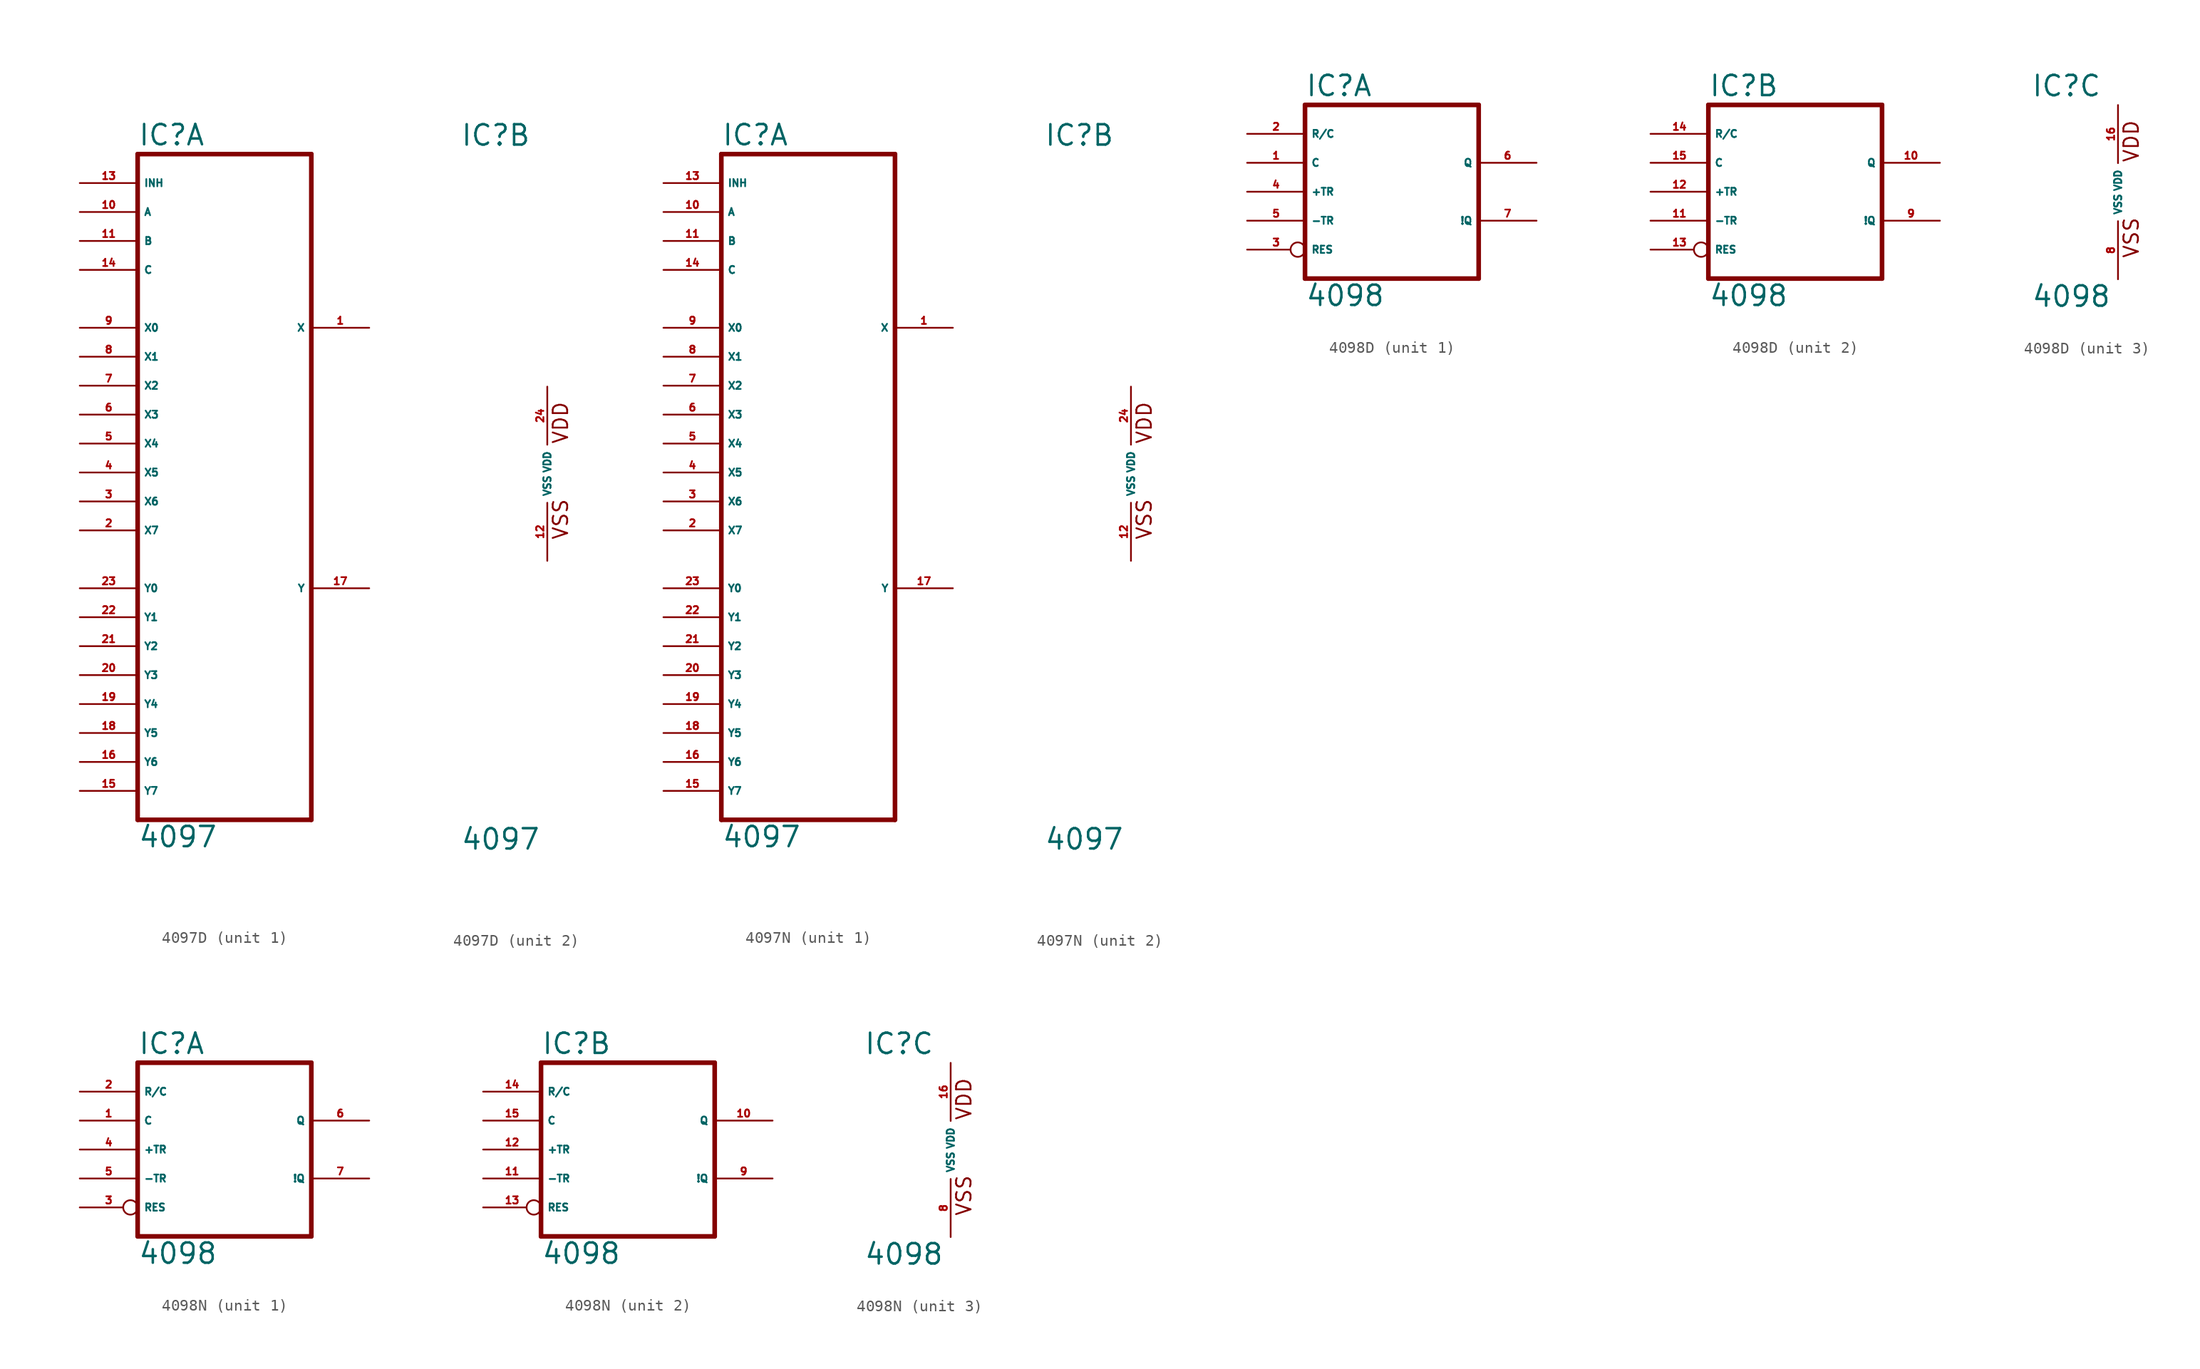
<source format=kicad_sym>
(kicad_symbol_lib
  (version 20220914)
  (generator Eagle2Kicad)
  (symbol "4097D"
    (property "Reference" "IC"
      (at -7.62 28.575 0)
      (effects (font (size 1.778 1.778) (thickness 0.22)) (justify left bottom)))
    (property "Value" "4097"
      (at -7.62 -33.02 0)
      (effects (font (size 1.778 1.778) (thickness 0.22)) (justify left bottom)))
    (symbol "4097D_1_0"
      (polyline (pts (xy -7.62 27.94) (xy -7.62 -30.48)) (stroke (width 0.406) (type default)) (fill (type none)))
      (polyline (pts (xy -7.62 -30.48) (xy 7.62 -30.48)) (stroke (width 0.406) (type default)) (fill (type none)))
      (polyline (pts (xy 7.62 -30.48) (xy 7.62 27.94)) (stroke (width 0.406) (type default)) (fill (type none)))
      (polyline (pts (xy 7.62 27.94) (xy -7.62 27.94)) (stroke (width 0.406) (type default)) (fill (type none)))
      (pin input line (at -12.7 22.86 0) (length 5.08) (name "A" (effects (font (size 0.635 0.635) (thickness 0.08)) (justify left bottom))) (number "10" (effects (font (size 0.635 0.635) (thickness 0.08)) (justify left bottom))))
      (pin input line (at -12.7 20.32 0) (length 5.08) (name "B" (effects (font (size 0.635 0.635) (thickness 0.08)) (justify left bottom))) (number "11" (effects (font (size 0.635 0.635) (thickness 0.08)) (justify left bottom))))
      (pin input line (at -12.7 17.78 0) (length 5.08) (name "C" (effects (font (size 0.635 0.635) (thickness 0.08)) (justify left bottom))) (number "14" (effects (font (size 0.635 0.635) (thickness 0.08)) (justify left bottom))))
      (pin input line (at -12.7 12.7 0) (length 5.08) (name "X0" (effects (font (size 0.635 0.635) (thickness 0.08)) (justify left bottom))) (number "9" (effects (font (size 0.635 0.635) (thickness 0.08)) (justify left bottom))))
      (pin input line (at -12.7 10.16 0) (length 5.08) (name "X1" (effects (font (size 0.635 0.635) (thickness 0.08)) (justify left bottom))) (number "8" (effects (font (size 0.635 0.635) (thickness 0.08)) (justify left bottom))))
      (pin input line (at -12.7 7.62 0) (length 5.08) (name "X2" (effects (font (size 0.635 0.635) (thickness 0.08)) (justify left bottom))) (number "7" (effects (font (size 0.635 0.635) (thickness 0.08)) (justify left bottom))))
      (pin input line (at -12.7 5.08 0) (length 5.08) (name "X3" (effects (font (size 0.635 0.635) (thickness 0.08)) (justify left bottom))) (number "6" (effects (font (size 0.635 0.635) (thickness 0.08)) (justify left bottom))))
      (pin input line (at -12.7 2.54 0) (length 5.08) (name "X4" (effects (font (size 0.635 0.635) (thickness 0.08)) (justify left bottom))) (number "5" (effects (font (size 0.635 0.635) (thickness 0.08)) (justify left bottom))))
      (pin input line (at -12.7 0 0) (length 5.08) (name "X5" (effects (font (size 0.635 0.635) (thickness 0.08)) (justify left bottom))) (number "4" (effects (font (size 0.635 0.635) (thickness 0.08)) (justify left bottom))))
      (pin input line (at -12.7 -2.54 0) (length 5.08) (name "X6" (effects (font (size 0.635 0.635) (thickness 0.08)) (justify left bottom))) (number "3" (effects (font (size 0.635 0.635) (thickness 0.08)) (justify left bottom))))
      (pin input line (at -12.7 -5.08 0) (length 5.08) (name "X7" (effects (font (size 0.635 0.635) (thickness 0.08)) (justify left bottom))) (number "2" (effects (font (size 0.635 0.635) (thickness 0.08)) (justify left bottom))))
      (pin output line (at 12.7 12.7 180) (length 5.08) (name "X" (effects (font (size 0.635 0.635) (thickness 0.08)) (justify left bottom))) (number "1" (effects (font (size 0.635 0.635) (thickness 0.08)) (justify left bottom))))
      (pin input line (at -12.7 25.4 0) (length 5.08) (name "INH" (effects (font (size 0.635 0.635) (thickness 0.08)) (justify left bottom))) (number "13" (effects (font (size 0.635 0.635) (thickness 0.08)) (justify left bottom))))
      (pin input line (at -12.7 -10.16 0) (length 5.08) (name "Y0" (effects (font (size 0.635 0.635) (thickness 0.08)) (justify left bottom))) (number "23" (effects (font (size 0.635 0.635) (thickness 0.08)) (justify left bottom))))
      (pin input line (at -12.7 -12.7 0) (length 5.08) (name "Y1" (effects (font (size 0.635 0.635) (thickness 0.08)) (justify left bottom))) (number "22" (effects (font (size 0.635 0.635) (thickness 0.08)) (justify left bottom))))
      (pin input line (at -12.7 -15.24 0) (length 5.08) (name "Y2" (effects (font (size 0.635 0.635) (thickness 0.08)) (justify left bottom))) (number "21" (effects (font (size 0.635 0.635) (thickness 0.08)) (justify left bottom))))
      (pin input line (at -12.7 -17.78 0) (length 5.08) (name "Y3" (effects (font (size 0.635 0.635) (thickness 0.08)) (justify left bottom))) (number "20" (effects (font (size 0.635 0.635) (thickness 0.08)) (justify left bottom))))
      (pin input line (at -12.7 -20.32 0) (length 5.08) (name "Y4" (effects (font (size 0.635 0.635) (thickness 0.08)) (justify left bottom))) (number "19" (effects (font (size 0.635 0.635) (thickness 0.08)) (justify left bottom))))
      (pin input line (at -12.7 -22.86 0) (length 5.08) (name "Y5" (effects (font (size 0.635 0.635) (thickness 0.08)) (justify left bottom))) (number "18" (effects (font (size 0.635 0.635) (thickness 0.08)) (justify left bottom))))
      (pin input line (at -12.7 -25.4 0) (length 5.08) (name "Y6" (effects (font (size 0.635 0.635) (thickness 0.08)) (justify left bottom))) (number "16" (effects (font (size 0.635 0.635) (thickness 0.08)) (justify left bottom))))
      (pin input line (at -12.7 -27.94 0) (length 5.08) (name "Y7" (effects (font (size 0.635 0.635) (thickness 0.08)) (justify left bottom))) (number "15" (effects (font (size 0.635 0.635) (thickness 0.08)) (justify left bottom))))
      (pin output line (at 12.7 -10.16 180) (length 5.08) (name "Y" (effects (font (size 0.635 0.635) (thickness 0.08)) (justify left bottom))) (number "17" (effects (font (size 0.635 0.635) (thickness 0.08)) (justify left bottom)))))
    (symbol "4097D_2_0"
      (text "VDD" (at 1.905 2.54 900) (effects (font (size 1.27 1.27) (thickness 0.16)) (justify left bottom)))
      (text "VSS" (at 1.905 -5.842 900) (effects (font (size 1.27 1.27) (thickness 0.16)) (justify left bottom)))
      (pin unspecified line (at 0 -7.62 90) (length 5.08) (name "VSS" (effects (font (size 0.635 0.635) (thickness 0.08)) (justify left bottom))) (number "12" (effects (font (size 0.635 0.635) (thickness 0.08)) (justify left bottom))))
      (pin unspecified line (at 0 7.62 270) (length 5.08) (name "VDD" (effects (font (size 0.635 0.635) (thickness 0.08)) (justify left bottom))) (number "24" (effects (font (size 0.635 0.635) (thickness 0.08)) (justify left bottom))))))
  (symbol "4097N"
    (property "Reference" "IC"
      (at -7.62 28.575 0)
      (effects (font (size 1.778 1.778) (thickness 0.22)) (justify left bottom)))
    (property "Value" "4097"
      (at -7.62 -33.02 0)
      (effects (font (size 1.778 1.778) (thickness 0.22)) (justify left bottom)))
    (symbol "4097N_1_0"
      (polyline (pts (xy -7.62 27.94) (xy -7.62 -30.48)) (stroke (width 0.406) (type default)) (fill (type none)))
      (polyline (pts (xy -7.62 -30.48) (xy 7.62 -30.48)) (stroke (width 0.406) (type default)) (fill (type none)))
      (polyline (pts (xy 7.62 -30.48) (xy 7.62 27.94)) (stroke (width 0.406) (type default)) (fill (type none)))
      (polyline (pts (xy 7.62 27.94) (xy -7.62 27.94)) (stroke (width 0.406) (type default)) (fill (type none)))
      (pin input line (at -12.7 22.86 0) (length 5.08) (name "A" (effects (font (size 0.635 0.635) (thickness 0.08)) (justify left bottom))) (number "10" (effects (font (size 0.635 0.635) (thickness 0.08)) (justify left bottom))))
      (pin input line (at -12.7 20.32 0) (length 5.08) (name "B" (effects (font (size 0.635 0.635) (thickness 0.08)) (justify left bottom))) (number "11" (effects (font (size 0.635 0.635) (thickness 0.08)) (justify left bottom))))
      (pin input line (at -12.7 17.78 0) (length 5.08) (name "C" (effects (font (size 0.635 0.635) (thickness 0.08)) (justify left bottom))) (number "14" (effects (font (size 0.635 0.635) (thickness 0.08)) (justify left bottom))))
      (pin input line (at -12.7 12.7 0) (length 5.08) (name "X0" (effects (font (size 0.635 0.635) (thickness 0.08)) (justify left bottom))) (number "9" (effects (font (size 0.635 0.635) (thickness 0.08)) (justify left bottom))))
      (pin input line (at -12.7 10.16 0) (length 5.08) (name "X1" (effects (font (size 0.635 0.635) (thickness 0.08)) (justify left bottom))) (number "8" (effects (font (size 0.635 0.635) (thickness 0.08)) (justify left bottom))))
      (pin input line (at -12.7 7.62 0) (length 5.08) (name "X2" (effects (font (size 0.635 0.635) (thickness 0.08)) (justify left bottom))) (number "7" (effects (font (size 0.635 0.635) (thickness 0.08)) (justify left bottom))))
      (pin input line (at -12.7 5.08 0) (length 5.08) (name "X3" (effects (font (size 0.635 0.635) (thickness 0.08)) (justify left bottom))) (number "6" (effects (font (size 0.635 0.635) (thickness 0.08)) (justify left bottom))))
      (pin input line (at -12.7 2.54 0) (length 5.08) (name "X4" (effects (font (size 0.635 0.635) (thickness 0.08)) (justify left bottom))) (number "5" (effects (font (size 0.635 0.635) (thickness 0.08)) (justify left bottom))))
      (pin input line (at -12.7 0 0) (length 5.08) (name "X5" (effects (font (size 0.635 0.635) (thickness 0.08)) (justify left bottom))) (number "4" (effects (font (size 0.635 0.635) (thickness 0.08)) (justify left bottom))))
      (pin input line (at -12.7 -2.54 0) (length 5.08) (name "X6" (effects (font (size 0.635 0.635) (thickness 0.08)) (justify left bottom))) (number "3" (effects (font (size 0.635 0.635) (thickness 0.08)) (justify left bottom))))
      (pin input line (at -12.7 -5.08 0) (length 5.08) (name "X7" (effects (font (size 0.635 0.635) (thickness 0.08)) (justify left bottom))) (number "2" (effects (font (size 0.635 0.635) (thickness 0.08)) (justify left bottom))))
      (pin output line (at 12.7 12.7 180) (length 5.08) (name "X" (effects (font (size 0.635 0.635) (thickness 0.08)) (justify left bottom))) (number "1" (effects (font (size 0.635 0.635) (thickness 0.08)) (justify left bottom))))
      (pin input line (at -12.7 25.4 0) (length 5.08) (name "INH" (effects (font (size 0.635 0.635) (thickness 0.08)) (justify left bottom))) (number "13" (effects (font (size 0.635 0.635) (thickness 0.08)) (justify left bottom))))
      (pin input line (at -12.7 -10.16 0) (length 5.08) (name "Y0" (effects (font (size 0.635 0.635) (thickness 0.08)) (justify left bottom))) (number "23" (effects (font (size 0.635 0.635) (thickness 0.08)) (justify left bottom))))
      (pin input line (at -12.7 -12.7 0) (length 5.08) (name "Y1" (effects (font (size 0.635 0.635) (thickness 0.08)) (justify left bottom))) (number "22" (effects (font (size 0.635 0.635) (thickness 0.08)) (justify left bottom))))
      (pin input line (at -12.7 -15.24 0) (length 5.08) (name "Y2" (effects (font (size 0.635 0.635) (thickness 0.08)) (justify left bottom))) (number "21" (effects (font (size 0.635 0.635) (thickness 0.08)) (justify left bottom))))
      (pin input line (at -12.7 -17.78 0) (length 5.08) (name "Y3" (effects (font (size 0.635 0.635) (thickness 0.08)) (justify left bottom))) (number "20" (effects (font (size 0.635 0.635) (thickness 0.08)) (justify left bottom))))
      (pin input line (at -12.7 -20.32 0) (length 5.08) (name "Y4" (effects (font (size 0.635 0.635) (thickness 0.08)) (justify left bottom))) (number "19" (effects (font (size 0.635 0.635) (thickness 0.08)) (justify left bottom))))
      (pin input line (at -12.7 -22.86 0) (length 5.08) (name "Y5" (effects (font (size 0.635 0.635) (thickness 0.08)) (justify left bottom))) (number "18" (effects (font (size 0.635 0.635) (thickness 0.08)) (justify left bottom))))
      (pin input line (at -12.7 -25.4 0) (length 5.08) (name "Y6" (effects (font (size 0.635 0.635) (thickness 0.08)) (justify left bottom))) (number "16" (effects (font (size 0.635 0.635) (thickness 0.08)) (justify left bottom))))
      (pin input line (at -12.7 -27.94 0) (length 5.08) (name "Y7" (effects (font (size 0.635 0.635) (thickness 0.08)) (justify left bottom))) (number "15" (effects (font (size 0.635 0.635) (thickness 0.08)) (justify left bottom))))
      (pin output line (at 12.7 -10.16 180) (length 5.08) (name "Y" (effects (font (size 0.635 0.635) (thickness 0.08)) (justify left bottom))) (number "17" (effects (font (size 0.635 0.635) (thickness 0.08)) (justify left bottom)))))
    (symbol "4097N_2_0"
      (text "VDD" (at 1.905 2.54 900) (effects (font (size 1.27 1.27) (thickness 0.16)) (justify left bottom)))
      (text "VSS" (at 1.905 -5.842 900) (effects (font (size 1.27 1.27) (thickness 0.16)) (justify left bottom)))
      (pin unspecified line (at 0 -7.62 90) (length 5.08) (name "VSS" (effects (font (size 0.635 0.635) (thickness 0.08)) (justify left bottom))) (number "12" (effects (font (size 0.635 0.635) (thickness 0.08)) (justify left bottom))))
      (pin unspecified line (at 0 7.62 270) (length 5.08) (name "VDD" (effects (font (size 0.635 0.635) (thickness 0.08)) (justify left bottom))) (number "24" (effects (font (size 0.635 0.635) (thickness 0.08)) (justify left bottom))))))
  (symbol "4098D"
    (property "Reference" "IC"
      (at -7.62 8.255 0)
      (effects (font (size 1.778 1.778) (thickness 0.22)) (justify left bottom)))
    (property "Value" "4098"
      (at -7.62 -10.16 0)
      (effects (font (size 1.778 1.778) (thickness 0.22)) (justify left bottom)))
    (symbol "4098D_1_0"
      (polyline (pts (xy -7.62 -7.62) (xy 7.62 -7.62)) (stroke (width 0.406) (type default)) (fill (type none)))
      (polyline (pts (xy 7.62 -7.62) (xy 7.62 7.62)) (stroke (width 0.406) (type default)) (fill (type none)))
      (polyline (pts (xy 7.62 7.62) (xy -7.62 7.62)) (stroke (width 0.406) (type default)) (fill (type none)))
      (polyline (pts (xy -7.62 7.62) (xy -7.62 -7.62)) (stroke (width 0.406) (type default)) (fill (type none)))
      (pin input line (at -12.7 2.54 0) (length 5.08) (name "C" (effects (font (size 0.635 0.635) (thickness 0.08)) (justify left bottom))) (number "1" (effects (font (size 0.635 0.635) (thickness 0.08)) (justify left bottom))))
      (pin input line (at -12.7 5.08 0) (length 5.08) (name "R/C" (effects (font (size 0.635 0.635) (thickness 0.08)) (justify left bottom))) (number "2" (effects (font (size 0.635 0.635) (thickness 0.08)) (justify left bottom))))
      (pin input line (at -12.7 -2.54 0) (length 5.08) (name "-TR" (effects (font (size 0.635 0.635) (thickness 0.08)) (justify left bottom))) (number "5" (effects (font (size 0.635 0.635) (thickness 0.08)) (justify left bottom))))
      (pin input line (at -12.7 0 0) (length 5.08) (name "+TR" (effects (font (size 0.635 0.635) (thickness 0.08)) (justify left bottom))) (number "4" (effects (font (size 0.635 0.635) (thickness 0.08)) (justify left bottom))))
      (pin input inverted (at -12.7 -5.08 0) (length 5.08) (name "RES" (effects (font (size 0.635 0.635) (thickness 0.08)) (justify left bottom))) (number "3" (effects (font (size 0.635 0.635) (thickness 0.08)) (justify left bottom))))
      (pin output line (at 12.7 2.54 180) (length 5.08) (name "Q" (effects (font (size 0.635 0.635) (thickness 0.08)) (justify left bottom))) (number "6" (effects (font (size 0.635 0.635) (thickness 0.08)) (justify left bottom))))
      (pin output line (at 12.7 -2.54 180) (length 5.08) (name "!Q" (effects (font (size 0.635 0.635) (thickness 0.08)) (justify left bottom))) (number "7" (effects (font (size 0.635 0.635) (thickness 0.08)) (justify left bottom)))))
    (symbol "4098D_2_0"
      (polyline (pts (xy -7.62 -7.62) (xy 7.62 -7.62)) (stroke (width 0.406) (type default)) (fill (type none)))
      (polyline (pts (xy 7.62 -7.62) (xy 7.62 7.62)) (stroke (width 0.406) (type default)) (fill (type none)))
      (polyline (pts (xy 7.62 7.62) (xy -7.62 7.62)) (stroke (width 0.406) (type default)) (fill (type none)))
      (polyline (pts (xy -7.62 7.62) (xy -7.62 -7.62)) (stroke (width 0.406) (type default)) (fill (type none)))
      (pin input line (at -12.7 2.54 0) (length 5.08) (name "C" (effects (font (size 0.635 0.635) (thickness 0.08)) (justify left bottom))) (number "15" (effects (font (size 0.635 0.635) (thickness 0.08)) (justify left bottom))))
      (pin input line (at -12.7 5.08 0) (length 5.08) (name "R/C" (effects (font (size 0.635 0.635) (thickness 0.08)) (justify left bottom))) (number "14" (effects (font (size 0.635 0.635) (thickness 0.08)) (justify left bottom))))
      (pin input line (at -12.7 -2.54 0) (length 5.08) (name "-TR" (effects (font (size 0.635 0.635) (thickness 0.08)) (justify left bottom))) (number "11" (effects (font (size 0.635 0.635) (thickness 0.08)) (justify left bottom))))
      (pin input line (at -12.7 0 0) (length 5.08) (name "+TR" (effects (font (size 0.635 0.635) (thickness 0.08)) (justify left bottom))) (number "12" (effects (font (size 0.635 0.635) (thickness 0.08)) (justify left bottom))))
      (pin input inverted (at -12.7 -5.08 0) (length 5.08) (name "RES" (effects (font (size 0.635 0.635) (thickness 0.08)) (justify left bottom))) (number "13" (effects (font (size 0.635 0.635) (thickness 0.08)) (justify left bottom))))
      (pin output line (at 12.7 2.54 180) (length 5.08) (name "Q" (effects (font (size 0.635 0.635) (thickness 0.08)) (justify left bottom))) (number "10" (effects (font (size 0.635 0.635) (thickness 0.08)) (justify left bottom))))
      (pin output line (at 12.7 -2.54 180) (length 5.08) (name "!Q" (effects (font (size 0.635 0.635) (thickness 0.08)) (justify left bottom))) (number "9" (effects (font (size 0.635 0.635) (thickness 0.08)) (justify left bottom)))))
    (symbol "4098D_3_0"
      (text "VDD" (at 1.905 2.54 900) (effects (font (size 1.27 1.27) (thickness 0.16)) (justify left bottom)))
      (text "VSS" (at 1.905 -5.842 900) (effects (font (size 1.27 1.27) (thickness 0.16)) (justify left bottom)))
      (pin unspecified line (at 0 -7.62 90) (length 5.08) (name "VSS" (effects (font (size 0.635 0.635) (thickness 0.08)) (justify left bottom))) (number "8" (effects (font (size 0.635 0.635) (thickness 0.08)) (justify left bottom))))
      (pin unspecified line (at 0 7.62 270) (length 5.08) (name "VDD" (effects (font (size 0.635 0.635) (thickness 0.08)) (justify left bottom))) (number "16" (effects (font (size 0.635 0.635) (thickness 0.08)) (justify left bottom))))))
  (symbol "4098N"
    (property "Reference" "IC"
      (at -7.62 8.255 0)
      (effects (font (size 1.778 1.778) (thickness 0.22)) (justify left bottom)))
    (property "Value" "4098"
      (at -7.62 -10.16 0)
      (effects (font (size 1.778 1.778) (thickness 0.22)) (justify left bottom)))
    (symbol "4098N_1_0"
      (polyline (pts (xy -7.62 -7.62) (xy 7.62 -7.62)) (stroke (width 0.406) (type default)) (fill (type none)))
      (polyline (pts (xy 7.62 -7.62) (xy 7.62 7.62)) (stroke (width 0.406) (type default)) (fill (type none)))
      (polyline (pts (xy 7.62 7.62) (xy -7.62 7.62)) (stroke (width 0.406) (type default)) (fill (type none)))
      (polyline (pts (xy -7.62 7.62) (xy -7.62 -7.62)) (stroke (width 0.406) (type default)) (fill (type none)))
      (pin input line (at -12.7 2.54 0) (length 5.08) (name "C" (effects (font (size 0.635 0.635) (thickness 0.08)) (justify left bottom))) (number "1" (effects (font (size 0.635 0.635) (thickness 0.08)) (justify left bottom))))
      (pin input line (at -12.7 5.08 0) (length 5.08) (name "R/C" (effects (font (size 0.635 0.635) (thickness 0.08)) (justify left bottom))) (number "2" (effects (font (size 0.635 0.635) (thickness 0.08)) (justify left bottom))))
      (pin input line (at -12.7 -2.54 0) (length 5.08) (name "-TR" (effects (font (size 0.635 0.635) (thickness 0.08)) (justify left bottom))) (number "5" (effects (font (size 0.635 0.635) (thickness 0.08)) (justify left bottom))))
      (pin input line (at -12.7 0 0) (length 5.08) (name "+TR" (effects (font (size 0.635 0.635) (thickness 0.08)) (justify left bottom))) (number "4" (effects (font (size 0.635 0.635) (thickness 0.08)) (justify left bottom))))
      (pin input inverted (at -12.7 -5.08 0) (length 5.08) (name "RES" (effects (font (size 0.635 0.635) (thickness 0.08)) (justify left bottom))) (number "3" (effects (font (size 0.635 0.635) (thickness 0.08)) (justify left bottom))))
      (pin output line (at 12.7 2.54 180) (length 5.08) (name "Q" (effects (font (size 0.635 0.635) (thickness 0.08)) (justify left bottom))) (number "6" (effects (font (size 0.635 0.635) (thickness 0.08)) (justify left bottom))))
      (pin output line (at 12.7 -2.54 180) (length 5.08) (name "!Q" (effects (font (size 0.635 0.635) (thickness 0.08)) (justify left bottom))) (number "7" (effects (font (size 0.635 0.635) (thickness 0.08)) (justify left bottom)))))
    (symbol "4098N_2_0"
      (polyline (pts (xy -7.62 -7.62) (xy 7.62 -7.62)) (stroke (width 0.406) (type default)) (fill (type none)))
      (polyline (pts (xy 7.62 -7.62) (xy 7.62 7.62)) (stroke (width 0.406) (type default)) (fill (type none)))
      (polyline (pts (xy 7.62 7.62) (xy -7.62 7.62)) (stroke (width 0.406) (type default)) (fill (type none)))
      (polyline (pts (xy -7.62 7.62) (xy -7.62 -7.62)) (stroke (width 0.406) (type default)) (fill (type none)))
      (pin input line (at -12.7 2.54 0) (length 5.08) (name "C" (effects (font (size 0.635 0.635) (thickness 0.08)) (justify left bottom))) (number "15" (effects (font (size 0.635 0.635) (thickness 0.08)) (justify left bottom))))
      (pin input line (at -12.7 5.08 0) (length 5.08) (name "R/C" (effects (font (size 0.635 0.635) (thickness 0.08)) (justify left bottom))) (number "14" (effects (font (size 0.635 0.635) (thickness 0.08)) (justify left bottom))))
      (pin input line (at -12.7 -2.54 0) (length 5.08) (name "-TR" (effects (font (size 0.635 0.635) (thickness 0.08)) (justify left bottom))) (number "11" (effects (font (size 0.635 0.635) (thickness 0.08)) (justify left bottom))))
      (pin input line (at -12.7 0 0) (length 5.08) (name "+TR" (effects (font (size 0.635 0.635) (thickness 0.08)) (justify left bottom))) (number "12" (effects (font (size 0.635 0.635) (thickness 0.08)) (justify left bottom))))
      (pin input inverted (at -12.7 -5.08 0) (length 5.08) (name "RES" (effects (font (size 0.635 0.635) (thickness 0.08)) (justify left bottom))) (number "13" (effects (font (size 0.635 0.635) (thickness 0.08)) (justify left bottom))))
      (pin output line (at 12.7 2.54 180) (length 5.08) (name "Q" (effects (font (size 0.635 0.635) (thickness 0.08)) (justify left bottom))) (number "10" (effects (font (size 0.635 0.635) (thickness 0.08)) (justify left bottom))))
      (pin output line (at 12.7 -2.54 180) (length 5.08) (name "!Q" (effects (font (size 0.635 0.635) (thickness 0.08)) (justify left bottom))) (number "9" (effects (font (size 0.635 0.635) (thickness 0.08)) (justify left bottom)))))
    (symbol "4098N_3_0"
      (text "VDD" (at 1.905 2.54 900) (effects (font (size 1.27 1.27) (thickness 0.16)) (justify left bottom)))
      (text "VSS" (at 1.905 -5.842 900) (effects (font (size 1.27 1.27) (thickness 0.16)) (justify left bottom)))
      (pin unspecified line (at 0 -7.62 90) (length 5.08) (name "VSS" (effects (font (size 0.635 0.635) (thickness 0.08)) (justify left bottom))) (number "8" (effects (font (size 0.635 0.635) (thickness 0.08)) (justify left bottom))))
      (pin unspecified line (at 0 7.62 270) (length 5.08) (name "VDD" (effects (font (size 0.635 0.635) (thickness 0.08)) (justify left bottom))) (number "16" (effects (font (size 0.635 0.635) (thickness 0.08)) (justify left bottom)))))))
</source>
